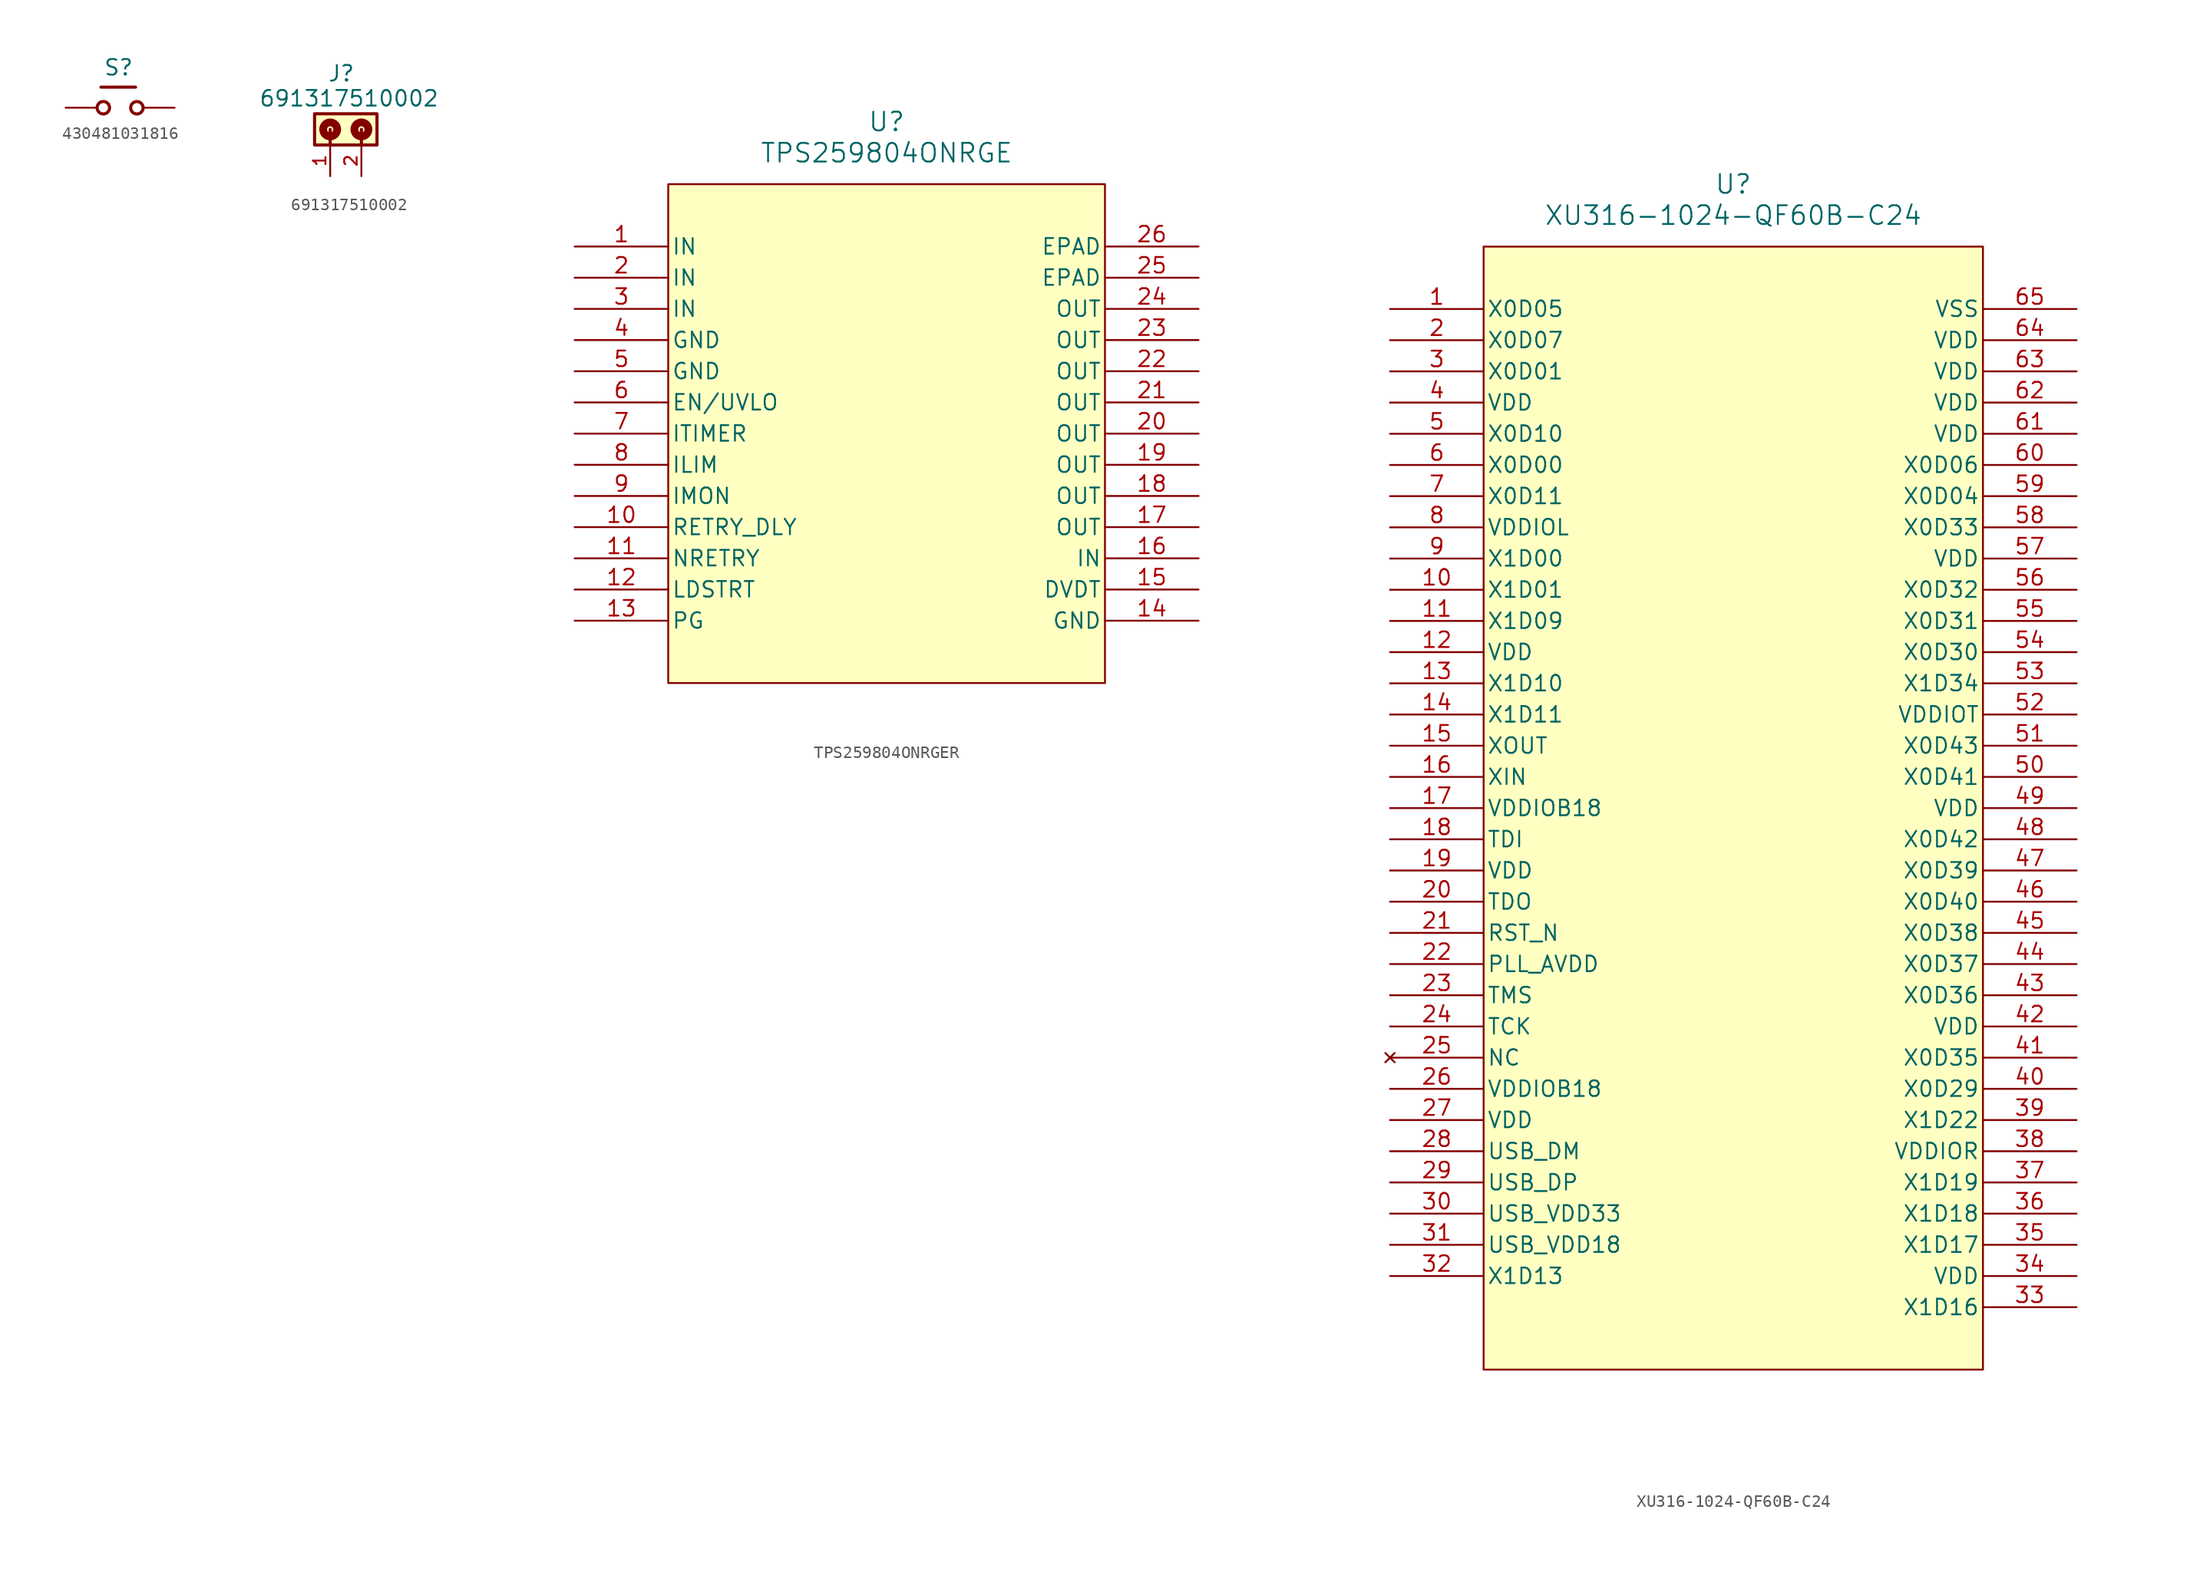
<source format=kicad_sym>
(kicad_symbol_lib
  (version 20231120)
  (generator "kicad_symbol_editor")
  (generator_version "8.0")
  (symbol "430481031816"
    (pin_numbers hide)
    (pin_names
      (offset 1.016))
    (property "Reference" "S"
      (at -0.762 2.54 0)
      (effects (font (size 1.27 1.27)) (justify bottom)))
    (symbol "430481031816_0_0"
      (circle (center -2.005 0) (radius 0.508) (stroke (width 0.254) (type default)) (fill (type none)))
      (polyline (pts (xy -2.201 1.677) (xy 0.623 1.679)) (stroke (width 0.254) (type default)) (fill (type none)))
      (circle (center 0.731 -0.004) (radius 0.508) (stroke (width 0.254) (type default)) (fill (type none)))
      (pin passive line (at -5.08 0 0) (length 2.54) (name "~" (effects (font (size 1.016 1.016)))) (number "1" (effects (font (size 1.016 1.016)))))
      (pin passive line (at 3.81 0 180) (length 2.54) (name "~" (effects (font (size 1.016 1.016)))) (number "3" (effects (font (size 1.016 1.016))))))
    (symbol "430481031816_1_0"
      (pin passive line (at -5.08 0 0) (length 2.54) hide (name "~" (effects (font (size 1.016 1.016)))) (number "2" (effects (font (size 1.016 1.016)))))
      (pin passive line (at 3.81 0 180) (length 2.54) hide (name "~" (effects (font (size 1.016 1.016)))) (number "4" (effects (font (size 1.016 1.016)))))))
  (symbol "691317510002"
    (pin_names
      (offset 1.016))
    (property "Reference" "J"
      (at -0.508 2.54 0)
      (effects (font (size 1.27 1.27)) (justify right bottom)))
    (property "Value" "691317510002"
      (at 6.35 0.508 0)
      (effects (font (size 1.27 1.27)) (justify right bottom)))
    (symbol "691317510002_0_0"
      (rectangle (start -3.81 -2.54) (end 1.27 0) (stroke (width 0.254) (type default)) (fill (type background)))
      (circle (center -2.54 -1.27) (radius 0.254) (stroke (width 0.635) (type default)) (fill (type none)))
      (circle (center 0 -1.27) (radius 0.254) (stroke (width 0.635) (type default)) (fill (type none)))
      (polyline (pts (xy -2.54 -1.27) (xy -2.54 -2.54)) (stroke (width 0.254) (type default)) (fill (type none)))
      (polyline (pts (xy 0 -1.27) (xy 0 -2.54)) (stroke (width 0.254) (type default)) (fill (type none)))
      (pin passive line (at -2.54 -5.08 90) (length 2.54) (name "~" (effects (font (size 1.016 1.016)))) (number "1" (effects (font (size 1.016 1.016)))))
      (pin passive line (at 0 -5.08 90) (length 2.54) (name "~" (effects (font (size 1.016 1.016)))) (number "2" (effects (font (size 1.016 1.016)))))))
  (symbol "TPS259804ONRGER"
    (pin_names
      (offset 0.254))
    (property "Reference" "U"
      (at 25.4 10.16 0)
      (effects (font (size 1.524 1.524))))
    (property "Value" "TPS259804ONRGE"
      (at 25.4 7.62 0)
      (effects (font (size 1.524 1.524))))
    (symbol "TPS259804ONRGER_0_1"
      (pin input line (at 0 0 0) (length 7.62) (name "IN" (effects (font (size 1.27 1.27)))) (number "1" (effects (font (size 1.27 1.27)))))
      (pin output line (at 0 -22.86 0) (length 7.62) (name "RETRY_DLY" (effects (font (size 1.27 1.27)))) (number "10" (effects (font (size 1.27 1.27)))))
      (pin output line (at 0 -25.4 0) (length 7.62) (name "NRETRY" (effects (font (size 1.27 1.27)))) (number "11" (effects (font (size 1.27 1.27)))))
      (pin input line (at 0 -27.94 0) (length 7.62) (name "LDSTRT" (effects (font (size 1.27 1.27)))) (number "12" (effects (font (size 1.27 1.27)))))
      (pin output line (at 0 -30.48 0) (length 7.62) (name "PG" (effects (font (size 1.27 1.27)))) (number "13" (effects (font (size 1.27 1.27)))))
      (pin power_out line (at 50.8 -30.48 180) (length 7.62) (name "GND" (effects (font (size 1.27 1.27)))) (number "14" (effects (font (size 1.27 1.27)))))
      (pin output line (at 50.8 -27.94 180) (length 7.62) (name "DVDT" (effects (font (size 1.27 1.27)))) (number "15" (effects (font (size 1.27 1.27)))))
      (pin input line (at 50.8 -25.4 180) (length 7.62) (name "IN" (effects (font (size 1.27 1.27)))) (number "16" (effects (font (size 1.27 1.27)))))
      (pin output line (at 50.8 -22.86 180) (length 7.62) (name "OUT" (effects (font (size 1.27 1.27)))) (number "17" (effects (font (size 1.27 1.27)))))
      (pin output line (at 50.8 -20.32 180) (length 7.62) (name "OUT" (effects (font (size 1.27 1.27)))) (number "18" (effects (font (size 1.27 1.27)))))
      (pin output line (at 50.8 -17.78 180) (length 7.62) (name "OUT" (effects (font (size 1.27 1.27)))) (number "19" (effects (font (size 1.27 1.27)))))
      (pin input line (at 0 -2.54 0) (length 7.62) (name "IN" (effects (font (size 1.27 1.27)))) (number "2" (effects (font (size 1.27 1.27)))))
      (pin output line (at 50.8 -15.24 180) (length 7.62) (name "OUT" (effects (font (size 1.27 1.27)))) (number "20" (effects (font (size 1.27 1.27)))))
      (pin output line (at 50.8 -12.7 180) (length 7.62) (name "OUT" (effects (font (size 1.27 1.27)))) (number "21" (effects (font (size 1.27 1.27)))))
      (pin output line (at 50.8 -10.16 180) (length 7.62) (name "OUT" (effects (font (size 1.27 1.27)))) (number "22" (effects (font (size 1.27 1.27)))))
      (pin output line (at 50.8 -7.62 180) (length 7.62) (name "OUT" (effects (font (size 1.27 1.27)))) (number "23" (effects (font (size 1.27 1.27)))))
      (pin output line (at 50.8 -5.08 180) (length 7.62) (name "OUT" (effects (font (size 1.27 1.27)))) (number "24" (effects (font (size 1.27 1.27)))))
      (pin power_out line (at 50.8 -2.54 180) (length 7.62) (name "EPAD" (effects (font (size 1.27 1.27)))) (number "25" (effects (font (size 1.27 1.27)))))
      (pin power_out line (at 50.8 0 180) (length 7.62) (name "EPAD" (effects (font (size 1.27 1.27)))) (number "26" (effects (font (size 1.27 1.27)))))
      (pin input line (at 0 -5.08 0) (length 7.62) (name "IN" (effects (font (size 1.27 1.27)))) (number "3" (effects (font (size 1.27 1.27)))))
      (pin power_out line (at 0 -7.62 0) (length 7.62) (name "GND" (effects (font (size 1.27 1.27)))) (number "4" (effects (font (size 1.27 1.27)))))
      (pin power_out line (at 0 -10.16 0) (length 7.62) (name "GND" (effects (font (size 1.27 1.27)))) (number "5" (effects (font (size 1.27 1.27)))))
      (pin input line (at 0 -12.7 0) (length 7.62) (name "EN/UVLO" (effects (font (size 1.27 1.27)))) (number "6" (effects (font (size 1.27 1.27)))))
      (pin output line (at 0 -15.24 0) (length 7.62) (name "ITIMER" (effects (font (size 1.27 1.27)))) (number "7" (effects (font (size 1.27 1.27)))))
      (pin output line (at 0 -17.78 0) (length 7.62) (name "ILIM" (effects (font (size 1.27 1.27)))) (number "8" (effects (font (size 1.27 1.27)))))
      (pin output line (at 0 -20.32 0) (length 7.62) (name "IMON" (effects (font (size 1.27 1.27)))) (number "9" (effects (font (size 1.27 1.27))))))
    (symbol "TPS259804ONRGER_1_1"
      (rectangle (start 7.62 5.08) (end 43.18 -35.56) (stroke (width 0) (type default)) (fill (type background)))))
  (symbol "XU316-1024-QF60B-C24"
    (pin_names
      (offset 0.254))
    (property "Reference" "U"
      (at 27.94 10.16 0)
      (effects (font (size 1.524 1.524))))
    (property "Value" "XU316-1024-QF60B-C24"
      (at 27.94 7.62 0)
      (effects (font (size 1.524 1.524))))
    (symbol "XU316-1024-QF60B-C24_0_1"
      (pin bidirectional line (at 0 0 0) (length 7.62) (name "X0D05" (effects (font (size 1.27 1.27)))) (number "1" (effects (font (size 1.27 1.27)))))
      (pin bidirectional line (at 0 -22.86 0) (length 7.62) (name "X1D01" (effects (font (size 1.27 1.27)))) (number "10" (effects (font (size 1.27 1.27)))))
      (pin bidirectional line (at 0 -25.4 0) (length 7.62) (name "X1D09" (effects (font (size 1.27 1.27)))) (number "11" (effects (font (size 1.27 1.27)))))
      (pin power_in line (at 0 -27.94 0) (length 7.62) (name "VDD" (effects (font (size 1.27 1.27)))) (number "12" (effects (font (size 1.27 1.27)))))
      (pin bidirectional line (at 0 -30.48 0) (length 7.62) (name "X1D10" (effects (font (size 1.27 1.27)))) (number "13" (effects (font (size 1.27 1.27)))))
      (pin bidirectional line (at 0 -33.02 0) (length 7.62) (name "X1D11" (effects (font (size 1.27 1.27)))) (number "14" (effects (font (size 1.27 1.27)))))
      (pin output line (at 0 -35.56 0) (length 7.62) (name "XOUT" (effects (font (size 1.27 1.27)))) (number "15" (effects (font (size 1.27 1.27)))))
      (pin unspecified line (at 0 -38.1 0) (length 7.62) (name "XIN" (effects (font (size 1.27 1.27)))) (number "16" (effects (font (size 1.27 1.27)))))
      (pin power_in line (at 0 -40.64 0) (length 7.62) (name "VDDIOB18" (effects (font (size 1.27 1.27)))) (number "17" (effects (font (size 1.27 1.27)))))
      (pin unspecified line (at 0 -43.18 0) (length 7.62) (name "TDI" (effects (font (size 1.27 1.27)))) (number "18" (effects (font (size 1.27 1.27)))))
      (pin power_in line (at 0 -45.72 0) (length 7.62) (name "VDD" (effects (font (size 1.27 1.27)))) (number "19" (effects (font (size 1.27 1.27)))))
      (pin bidirectional line (at 0 -2.54 0) (length 7.62) (name "X0D07" (effects (font (size 1.27 1.27)))) (number "2" (effects (font (size 1.27 1.27)))))
      (pin unspecified line (at 0 -48.26 0) (length 7.62) (name "TDO" (effects (font (size 1.27 1.27)))) (number "20" (effects (font (size 1.27 1.27)))))
      (pin unspecified line (at 0 -50.8 0) (length 7.62) (name "RST_N" (effects (font (size 1.27 1.27)))) (number "21" (effects (font (size 1.27 1.27)))))
      (pin power_in line (at 0 -53.34 0) (length 7.62) (name "PLL_AVDD" (effects (font (size 1.27 1.27)))) (number "22" (effects (font (size 1.27 1.27)))))
      (pin unspecified line (at 0 -55.88 0) (length 7.62) (name "TMS" (effects (font (size 1.27 1.27)))) (number "23" (effects (font (size 1.27 1.27)))))
      (pin unspecified line (at 0 -58.42 0) (length 7.62) (name "TCK" (effects (font (size 1.27 1.27)))) (number "24" (effects (font (size 1.27 1.27)))))
      (pin no_connect line (at 0 -60.96 0) (length 7.62) (name "NC" (effects (font (size 1.27 1.27)))) (number "25" (effects (font (size 1.27 1.27)))))
      (pin power_in line (at 0 -63.5 0) (length 7.62) (name "VDDIOB18" (effects (font (size 1.27 1.27)))) (number "26" (effects (font (size 1.27 1.27)))))
      (pin power_in line (at 0 -66.04 0) (length 7.62) (name "VDD" (effects (font (size 1.27 1.27)))) (number "27" (effects (font (size 1.27 1.27)))))
      (pin unspecified line (at 0 -68.58 0) (length 7.62) (name "USB_DM" (effects (font (size 1.27 1.27)))) (number "28" (effects (font (size 1.27 1.27)))))
      (pin unspecified line (at 0 -71.12 0) (length 7.62) (name "USB_DP" (effects (font (size 1.27 1.27)))) (number "29" (effects (font (size 1.27 1.27)))))
      (pin bidirectional line (at 0 -5.08 0) (length 7.62) (name "X0D01" (effects (font (size 1.27 1.27)))) (number "3" (effects (font (size 1.27 1.27)))))
      (pin power_in line (at 0 -73.66 0) (length 7.62) (name "USB_VDD33" (effects (font (size 1.27 1.27)))) (number "30" (effects (font (size 1.27 1.27)))))
      (pin power_in line (at 0 -76.2 0) (length 7.62) (name "USB_VDD18" (effects (font (size 1.27 1.27)))) (number "31" (effects (font (size 1.27 1.27)))))
      (pin bidirectional line (at 0 -78.74 0) (length 7.62) (name "X1D13" (effects (font (size 1.27 1.27)))) (number "32" (effects (font (size 1.27 1.27)))))
      (pin bidirectional line (at 55.88 -81.28 180) (length 7.62) (name "X1D16" (effects (font (size 1.27 1.27)))) (number "33" (effects (font (size 1.27 1.27)))))
      (pin power_in line (at 55.88 -78.74 180) (length 7.62) (name "VDD" (effects (font (size 1.27 1.27)))) (number "34" (effects (font (size 1.27 1.27)))))
      (pin bidirectional line (at 55.88 -76.2 180) (length 7.62) (name "X1D17" (effects (font (size 1.27 1.27)))) (number "35" (effects (font (size 1.27 1.27)))))
      (pin bidirectional line (at 55.88 -73.66 180) (length 7.62) (name "X1D18" (effects (font (size 1.27 1.27)))) (number "36" (effects (font (size 1.27 1.27)))))
      (pin bidirectional line (at 55.88 -71.12 180) (length 7.62) (name "X1D19" (effects (font (size 1.27 1.27)))) (number "37" (effects (font (size 1.27 1.27)))))
      (pin power_in line (at 55.88 -68.58 180) (length 7.62) (name "VDDIOR" (effects (font (size 1.27 1.27)))) (number "38" (effects (font (size 1.27 1.27)))))
      (pin bidirectional line (at 55.88 -66.04 180) (length 7.62) (name "X1D22" (effects (font (size 1.27 1.27)))) (number "39" (effects (font (size 1.27 1.27)))))
      (pin power_in line (at 0 -7.62 0) (length 7.62) (name "VDD" (effects (font (size 1.27 1.27)))) (number "4" (effects (font (size 1.27 1.27)))))
      (pin bidirectional line (at 55.88 -63.5 180) (length 7.62) (name "X0D29" (effects (font (size 1.27 1.27)))) (number "40" (effects (font (size 1.27 1.27)))))
      (pin bidirectional line (at 55.88 -60.96 180) (length 7.62) (name "X0D35" (effects (font (size 1.27 1.27)))) (number "41" (effects (font (size 1.27 1.27)))))
      (pin power_in line (at 55.88 -58.42 180) (length 7.62) (name "VDD" (effects (font (size 1.27 1.27)))) (number "42" (effects (font (size 1.27 1.27)))))
      (pin bidirectional line (at 55.88 -55.88 180) (length 7.62) (name "X0D36" (effects (font (size 1.27 1.27)))) (number "43" (effects (font (size 1.27 1.27)))))
      (pin bidirectional line (at 55.88 -53.34 180) (length 7.62) (name "X0D37" (effects (font (size 1.27 1.27)))) (number "44" (effects (font (size 1.27 1.27)))))
      (pin bidirectional line (at 55.88 -50.8 180) (length 7.62) (name "X0D38" (effects (font (size 1.27 1.27)))) (number "45" (effects (font (size 1.27 1.27)))))
      (pin bidirectional line (at 55.88 -48.26 180) (length 7.62) (name "X0D40" (effects (font (size 1.27 1.27)))) (number "46" (effects (font (size 1.27 1.27)))))
      (pin bidirectional line (at 55.88 -45.72 180) (length 7.62) (name "X0D39" (effects (font (size 1.27 1.27)))) (number "47" (effects (font (size 1.27 1.27)))))
      (pin bidirectional line (at 55.88 -43.18 180) (length 7.62) (name "X0D42" (effects (font (size 1.27 1.27)))) (number "48" (effects (font (size 1.27 1.27)))))
      (pin power_in line (at 55.88 -40.64 180) (length 7.62) (name "VDD" (effects (font (size 1.27 1.27)))) (number "49" (effects (font (size 1.27 1.27)))))
      (pin bidirectional line (at 0 -10.16 0) (length 7.62) (name "X0D10" (effects (font (size 1.27 1.27)))) (number "5" (effects (font (size 1.27 1.27)))))
      (pin bidirectional line (at 55.88 -38.1 180) (length 7.62) (name "X0D41" (effects (font (size 1.27 1.27)))) (number "50" (effects (font (size 1.27 1.27)))))
      (pin bidirectional line (at 55.88 -35.56 180) (length 7.62) (name "X0D43" (effects (font (size 1.27 1.27)))) (number "51" (effects (font (size 1.27 1.27)))))
      (pin power_in line (at 55.88 -33.02 180) (length 7.62) (name "VDDIOT" (effects (font (size 1.27 1.27)))) (number "52" (effects (font (size 1.27 1.27)))))
      (pin bidirectional line (at 55.88 -30.48 180) (length 7.62) (name "X1D34" (effects (font (size 1.27 1.27)))) (number "53" (effects (font (size 1.27 1.27)))))
      (pin bidirectional line (at 55.88 -27.94 180) (length 7.62) (name "X0D30" (effects (font (size 1.27 1.27)))) (number "54" (effects (font (size 1.27 1.27)))))
      (pin bidirectional line (at 55.88 -25.4 180) (length 7.62) (name "X0D31" (effects (font (size 1.27 1.27)))) (number "55" (effects (font (size 1.27 1.27)))))
      (pin bidirectional line (at 55.88 -22.86 180) (length 7.62) (name "X0D32" (effects (font (size 1.27 1.27)))) (number "56" (effects (font (size 1.27 1.27)))))
      (pin power_in line (at 55.88 -20.32 180) (length 7.62) (name "VDD" (effects (font (size 1.27 1.27)))) (number "57" (effects (font (size 1.27 1.27)))))
      (pin bidirectional line (at 55.88 -17.78 180) (length 7.62) (name "X0D33" (effects (font (size 1.27 1.27)))) (number "58" (effects (font (size 1.27 1.27)))))
      (pin bidirectional line (at 55.88 -15.24 180) (length 7.62) (name "X0D04" (effects (font (size 1.27 1.27)))) (number "59" (effects (font (size 1.27 1.27)))))
      (pin bidirectional line (at 0 -12.7 0) (length 7.62) (name "X0D00" (effects (font (size 1.27 1.27)))) (number "6" (effects (font (size 1.27 1.27)))))
      (pin bidirectional line (at 55.88 -12.7 180) (length 7.62) (name "X0D06" (effects (font (size 1.27 1.27)))) (number "60" (effects (font (size 1.27 1.27)))))
      (pin power_in line (at 55.88 -10.16 180) (length 7.62) (name "VDD" (effects (font (size 1.27 1.27)))) (number "61" (effects (font (size 1.27 1.27)))))
      (pin power_in line (at 55.88 -7.62 180) (length 7.62) (name "VDD" (effects (font (size 1.27 1.27)))) (number "62" (effects (font (size 1.27 1.27)))))
      (pin power_in line (at 55.88 -5.08 180) (length 7.62) (name "VDD" (effects (font (size 1.27 1.27)))) (number "63" (effects (font (size 1.27 1.27)))))
      (pin power_in line (at 55.88 -2.54 180) (length 7.62) (name "VDD" (effects (font (size 1.27 1.27)))) (number "64" (effects (font (size 1.27 1.27)))))
      (pin power_out line (at 55.88 0 180) (length 7.62) (name "VSS" (effects (font (size 1.27 1.27)))) (number "65" (effects (font (size 1.27 1.27)))))
      (pin bidirectional line (at 0 -15.24 0) (length 7.62) (name "X0D11" (effects (font (size 1.27 1.27)))) (number "7" (effects (font (size 1.27 1.27)))))
      (pin power_in line (at 0 -17.78 0) (length 7.62) (name "VDDIOL" (effects (font (size 1.27 1.27)))) (number "8" (effects (font (size 1.27 1.27)))))
      (pin bidirectional line (at 0 -20.32 0) (length 7.62) (name "X1D00" (effects (font (size 1.27 1.27)))) (number "9" (effects (font (size 1.27 1.27))))))
    (symbol "XU316-1024-QF60B-C24_1_1"
      (rectangle (start 7.62 5.08) (end 48.26 -86.36) (stroke (width 0) (type default)) (fill (type background))))))
</source>
